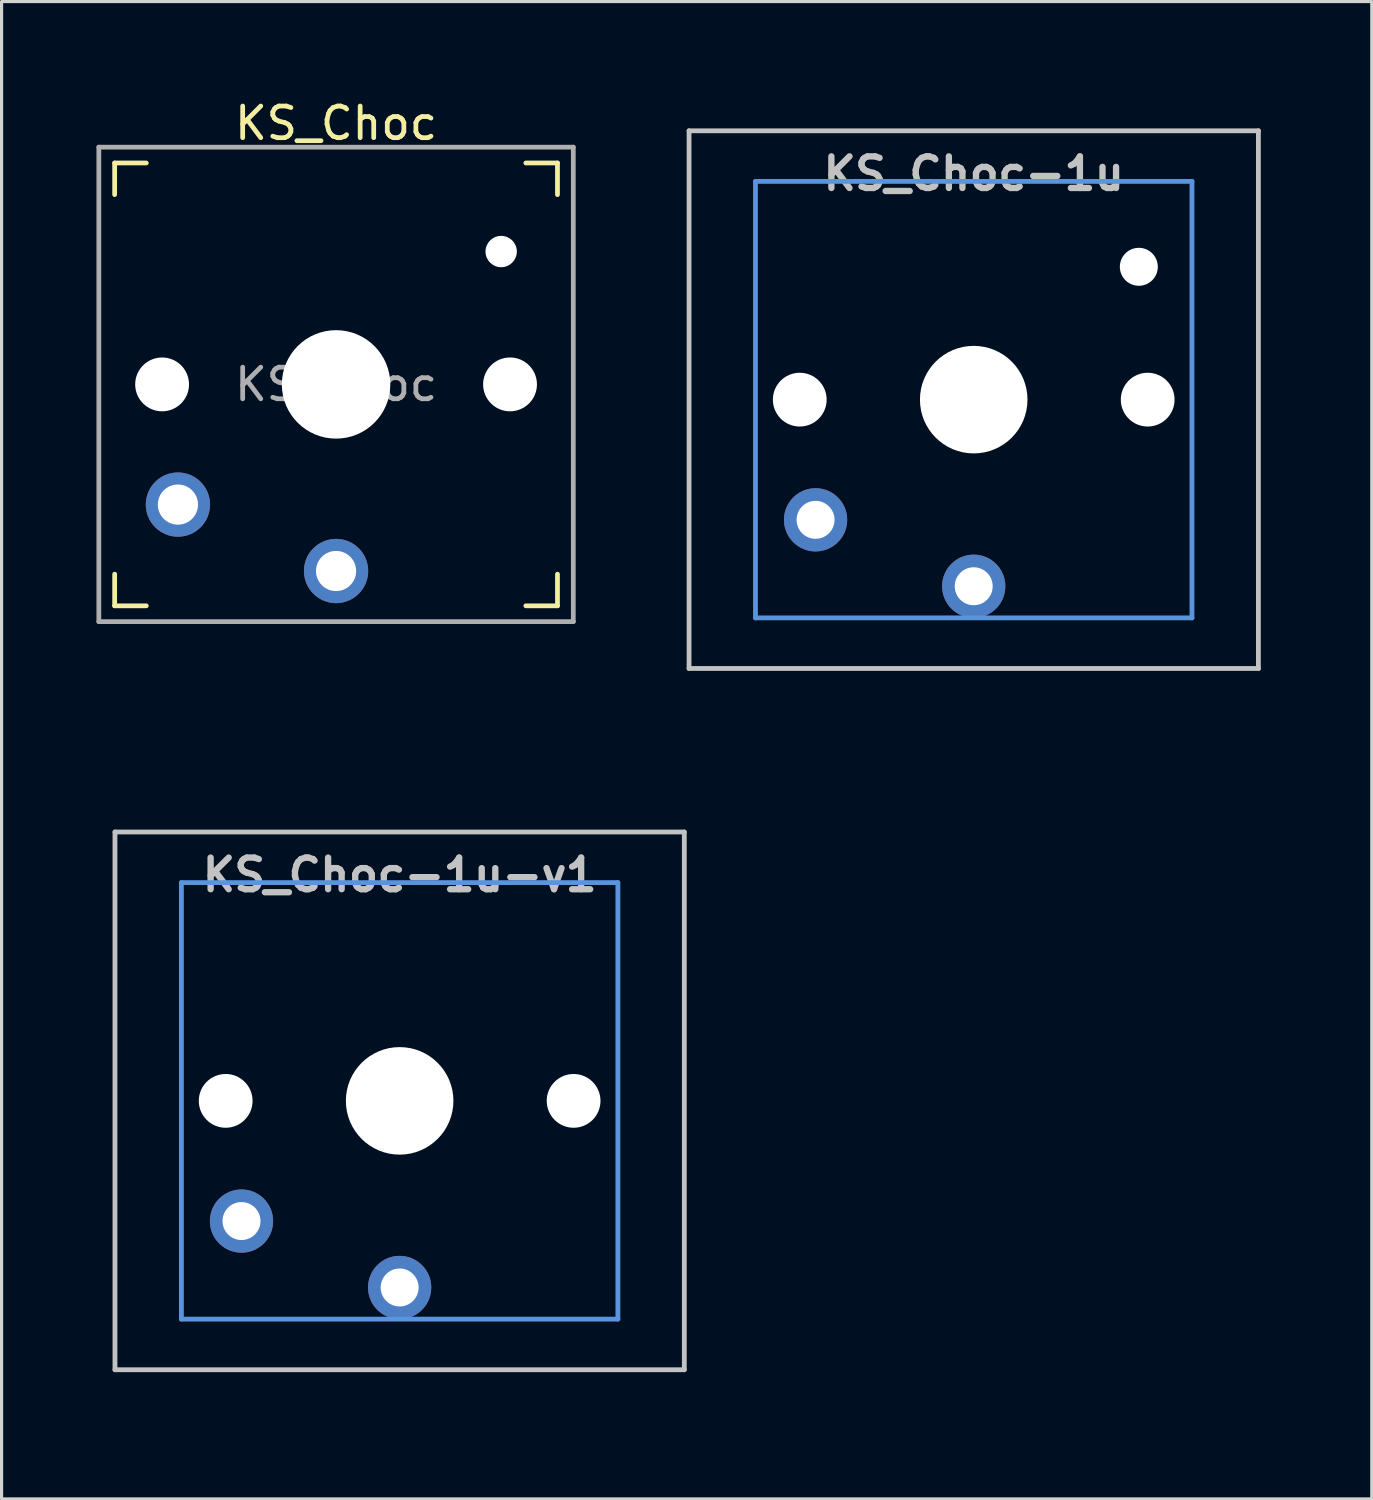
<source format=kicad_pcb>
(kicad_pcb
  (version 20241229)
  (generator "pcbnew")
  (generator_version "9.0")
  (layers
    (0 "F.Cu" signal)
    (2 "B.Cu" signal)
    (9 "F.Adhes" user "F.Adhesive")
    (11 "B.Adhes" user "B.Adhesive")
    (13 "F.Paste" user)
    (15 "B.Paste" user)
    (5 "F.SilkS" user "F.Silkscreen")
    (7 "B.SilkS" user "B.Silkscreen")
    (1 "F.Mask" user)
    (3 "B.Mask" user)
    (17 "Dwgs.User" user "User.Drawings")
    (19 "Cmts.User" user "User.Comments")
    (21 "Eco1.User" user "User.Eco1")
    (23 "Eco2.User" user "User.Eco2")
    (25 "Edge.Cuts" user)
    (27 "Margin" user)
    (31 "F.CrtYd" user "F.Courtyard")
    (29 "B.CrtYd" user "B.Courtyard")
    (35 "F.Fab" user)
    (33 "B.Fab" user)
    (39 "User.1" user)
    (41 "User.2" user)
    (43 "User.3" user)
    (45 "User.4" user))
  (footprint "KS_Choc-1u"
    (layer "F.Cu")
    (at 27.735 9.585)
    (property "Reference" "KS_Choc-1u" (at 0 -7.144 180) (layer "Dwgs.User") (effects (font (size 1 1) (thickness 0.2))))
    (attr through_hole)
    (fp_line (start -9 -8.5) (end 9 -8.5) (stroke (width 0.152) (type solid)) (layer "Dwgs.User"))
    (fp_line (start -9 8.5) (end -9 -8.5) (stroke (width 0.152) (type solid)) (layer "Dwgs.User"))
    (fp_line (start 9 -8.5) (end 9 8.5) (stroke (width 0.152) (type solid)) (layer "Dwgs.User"))
    (fp_line (start 9 8.5) (end -9 8.5) (stroke (width 0.152) (type solid)) (layer "Dwgs.User"))
    (fp_line (start -6.9 -6.9) (end 6.9 -6.9) (stroke (width 0.152) (type solid)) (layer "Cmts.User"))
    (fp_line (start -6.9 6.9) (end -6.9 -6.9) (stroke (width 0.152) (type solid)) (layer "Cmts.User"))
    (fp_line (start 6.9 -6.9) (end 6.9 6.9) (stroke (width 0.152) (type solid)) (layer "Cmts.User"))
    (fp_line (start 6.9 6.9) (end -6.9 6.9) (stroke (width 0.152) (type solid)) (layer "Cmts.User"))
    (fp_line (start -9.525 -9.525) (end -9.525 9.525) (stroke (width 0.12) (type solid)) (layer "Eco1.User"))
    (fp_line (start -9.525 -9.525) (end 9.525 -9.525) (stroke (width 0.12) (type solid)) (layer "Eco1.User"))
    (fp_line (start -9.525 9.525) (end 9.525 9.525) (stroke (width 0.12) (type solid)) (layer "Eco1.User"))
    (fp_line (start 9.525 -9.525) (end 9.525 9.525) (stroke (width 0.12) (type solid)) (layer "Eco1.User"))
    (fp_line (start -7.5 -7.5) (end 7.5 -7.5) (stroke (width 0.152) (type solid)) (layer "Eco2.User"))
    (fp_line (start -7.5 7.5) (end -7.5 -7.5) (stroke (width 0.152) (type solid)) (layer "Eco2.User"))
    (fp_line (start 7.5 -7.5) (end 7.5 7.5) (stroke (width 0.152) (type solid)) (layer "Eco2.User"))
    (fp_line (start 7.5 7.5) (end -7.5 7.5) (stroke (width 0.152) (type solid)) (layer "Eco2.User"))
    (pad "" np_thru_hole circle (at -5.5 0 180) (size 1.7 1.7) (drill 1.7) (layers "*.Cu" "*.Mask"))
    (pad "" np_thru_hole circle (at 0 0 180) (size 3.4 3.4) (drill 3.4) (layers "*.Cu" "*.Mask"))
    (pad "" np_thru_hole circle (at 5.22 -4.2 180) (size 1.2 1.2) (drill 1.2) (layers "*.Cu" "*.Mask"))
    (pad "" np_thru_hole circle (at 5.5 0 180) (size 1.7 1.7) (drill 1.7) (layers "*.Cu" "*.Mask"))
    (pad "1" thru_hole circle (at 0 5.9 180) (size 2 2) (drill 1.2) (layers "*.Cu" "*.Mask"))
    (pad "2" thru_hole circle (at -5 3.8 41.9) (size 2 2) (drill 1.2) (layers "*.Cu" "*.Mask")))
  (footprint "KS_Choc"
    (layer "F.Cu")
    (at 7.575 9.103)
    (property "Reference" "KS_Choc" (at 0 -8.255 0) (layer "F.SilkS") (effects (font (size 1 1) (thickness 0.15))))
    (attr through_hole)
    (fp_line (start -7 -6) (end -7 -7) (stroke (width 0.15) (type solid)) (layer "F.SilkS"))
    (fp_line (start -7 7) (end -7 6) (stroke (width 0.15) (type solid)) (layer "F.SilkS"))
    (fp_line (start -7 7) (end -6 7) (stroke (width 0.15) (type solid)) (layer "F.SilkS"))
    (fp_line (start -6 -7) (end -7 -7) (stroke (width 0.15) (type solid)) (layer "F.SilkS"))
    (fp_line (start 6 7) (end 7 7) (stroke (width 0.15) (type solid)) (layer "F.SilkS"))
    (fp_line (start 7 -7) (end 6 -7) (stroke (width 0.15) (type solid)) (layer "F.SilkS"))
    (fp_line (start 7 -7) (end 7 -6) (stroke (width 0.15) (type solid)) (layer "F.SilkS"))
    (fp_line (start 7 6) (end 7 7) (stroke (width 0.15) (type solid)) (layer "F.SilkS"))
    (fp_line (start -6.9 6.9) (end -6.9 -6.9) (stroke (width 0.15) (type solid)) (layer "Eco2.User"))
    (fp_line (start -6.9 6.9) (end 6.9 6.9) (stroke (width 0.15) (type solid)) (layer "Eco2.User"))
    (fp_line (start -2.6 -3.1) (end -2.6 -6.3) (stroke (width 0.15) (type solid)) (layer "Eco2.User"))
    (fp_line (start -2.6 -3.1) (end 2.6 -3.1) (stroke (width 0.15) (type solid)) (layer "Eco2.User"))
    (fp_line (start 2.6 -6.3) (end -2.6 -6.3) (stroke (width 0.15) (type solid)) (layer "Eco2.User"))
    (fp_line (start 2.6 -3.1) (end 2.6 -6.3) (stroke (width 0.15) (type solid)) (layer "Eco2.User"))
    (fp_line (start 6.9 -6.9) (end -6.9 -6.9) (stroke (width 0.15) (type solid)) (layer "Eco2.User"))
    (fp_line (start 6.9 -6.9) (end 6.9 6.9) (stroke (width 0.15) (type solid)) (layer "Eco2.User"))
    (fp_line (start -7.5 -7.5) (end 7.5 -7.5) (stroke (width 0.15) (type solid)) (layer "F.Fab"))
    (fp_line (start -7.5 7.5) (end -7.5 -7.5) (stroke (width 0.15) (type solid)) (layer "F.Fab"))
    (fp_line (start 7.5 -7.5) (end 7.5 7.5) (stroke (width 0.15) (type solid)) (layer "F.Fab"))
    (fp_line (start 7.5 7.5) (end -7.5 7.5) (stroke (width 0.15) (type solid)) (layer "F.Fab"))
    (fp_text user "${REFERENCE}" (at 0 0 0) (layer "F.Fab") (effects (font (size 1 1) (thickness 0.15))))
    (pad "" np_thru_hole circle (at -5.5 0) (size 1.702 1.702) (drill 1.702) (layers "*.Cu" "*.Mask"))
    (pad "" np_thru_hole circle (at 0 0) (size 3.429 3.429) (drill 3.429) (layers "*.Cu" "*.Mask"))
    (pad "" np_thru_hole circle (at 5.22 -4.2) (size 0.991 0.991) (drill 0.991) (layers "*.Cu" "*.Mask"))
    (pad "" np_thru_hole circle (at 5.5 0) (size 1.702 1.702) (drill 1.702) (layers "*.Cu" "*.Mask"))
    (pad "1" thru_hole circle (at 0 5.9) (size 2.032 2.032) (drill 1.27) (layers "*.Cu" "*.Mask"))
    (pad "2" thru_hole circle (at -5 3.8) (size 2.032 2.032) (drill 1.27) (layers "*.Cu" "*.Mask")))
  (footprint "KS_Choc-1u-v1"
    (layer "F.Cu")
    (at 9.585 31.755)
    (property "Reference" "KS_Choc-1u-v1" (at 0 -7.144 180) (layer "Dwgs.User") (effects (font (size 1 1) (thickness 0.2))))
    (attr through_hole)
    (fp_line (start -9 -8.5) (end 9 -8.5) (stroke (width 0.152) (type solid)) (layer "Dwgs.User"))
    (fp_line (start -9 8.5) (end -9 -8.5) (stroke (width 0.152) (type solid)) (layer "Dwgs.User"))
    (fp_line (start 9 -8.5) (end 9 8.5) (stroke (width 0.152) (type solid)) (layer "Dwgs.User"))
    (fp_line (start 9 8.5) (end -9 8.5) (stroke (width 0.152) (type solid)) (layer "Dwgs.User"))
    (fp_line (start -6.9 -6.9) (end 6.9 -6.9) (stroke (width 0.152) (type solid)) (layer "Cmts.User"))
    (fp_line (start -6.9 6.9) (end -6.9 -6.9) (stroke (width 0.152) (type solid)) (layer "Cmts.User"))
    (fp_line (start 6.9 -6.9) (end 6.9 6.9) (stroke (width 0.152) (type solid)) (layer "Cmts.User"))
    (fp_line (start 6.9 6.9) (end -6.9 6.9) (stroke (width 0.152) (type solid)) (layer "Cmts.User"))
    (fp_line (start -9.525 -9.525) (end -9.525 9.525) (stroke (width 0.12) (type solid)) (layer "Eco1.User"))
    (fp_line (start -9.525 -9.525) (end 9.525 -9.525) (stroke (width 0.12) (type solid)) (layer "Eco1.User"))
    (fp_line (start -9.525 9.525) (end 9.525 9.525) (stroke (width 0.12) (type solid)) (layer "Eco1.User"))
    (fp_line (start 9.525 -9.525) (end 9.525 9.525) (stroke (width 0.12) (type solid)) (layer "Eco1.User"))
    (fp_line (start -7.5 -7.5) (end 7.5 -7.5) (stroke (width 0.152) (type solid)) (layer "Eco2.User"))
    (fp_line (start -7.5 7.5) (end -7.5 -7.5) (stroke (width 0.152) (type solid)) (layer "Eco2.User"))
    (fp_line (start 7.5 -7.5) (end 7.5 7.5) (stroke (width 0.152) (type solid)) (layer "Eco2.User"))
    (fp_line (start 7.5 7.5) (end -7.5 7.5) (stroke (width 0.152) (type solid)) (layer "Eco2.User"))
    (pad "" np_thru_hole circle (at -5.5 0 180) (size 1.7 1.7) (drill 1.7) (layers "*.Cu" "*.Mask"))
    (pad "" np_thru_hole circle (at 0 0 180) (size 3.4 3.4) (drill 3.4) (layers "*.Cu" "*.Mask"))
    (pad "" np_thru_hole circle (at 5.5 0 180) (size 1.7 1.7) (drill 1.7) (layers "*.Cu" "*.Mask"))
    (pad "1" thru_hole circle (at 0 5.9 180) (size 2 2) (drill 1.2) (layers "*.Cu" "*.Mask"))
    (pad "2" thru_hole circle (at -5 3.8 41.9) (size 2 2) (drill 1.2) (layers "*.Cu" "*.Mask")))
  (gr_rect
    (start -3 -3)
    (end 40.32 44.34)
    (stroke (width 0.1) (type default))
    (fill no)
    (layer "Edge.Cuts")))
</source>
